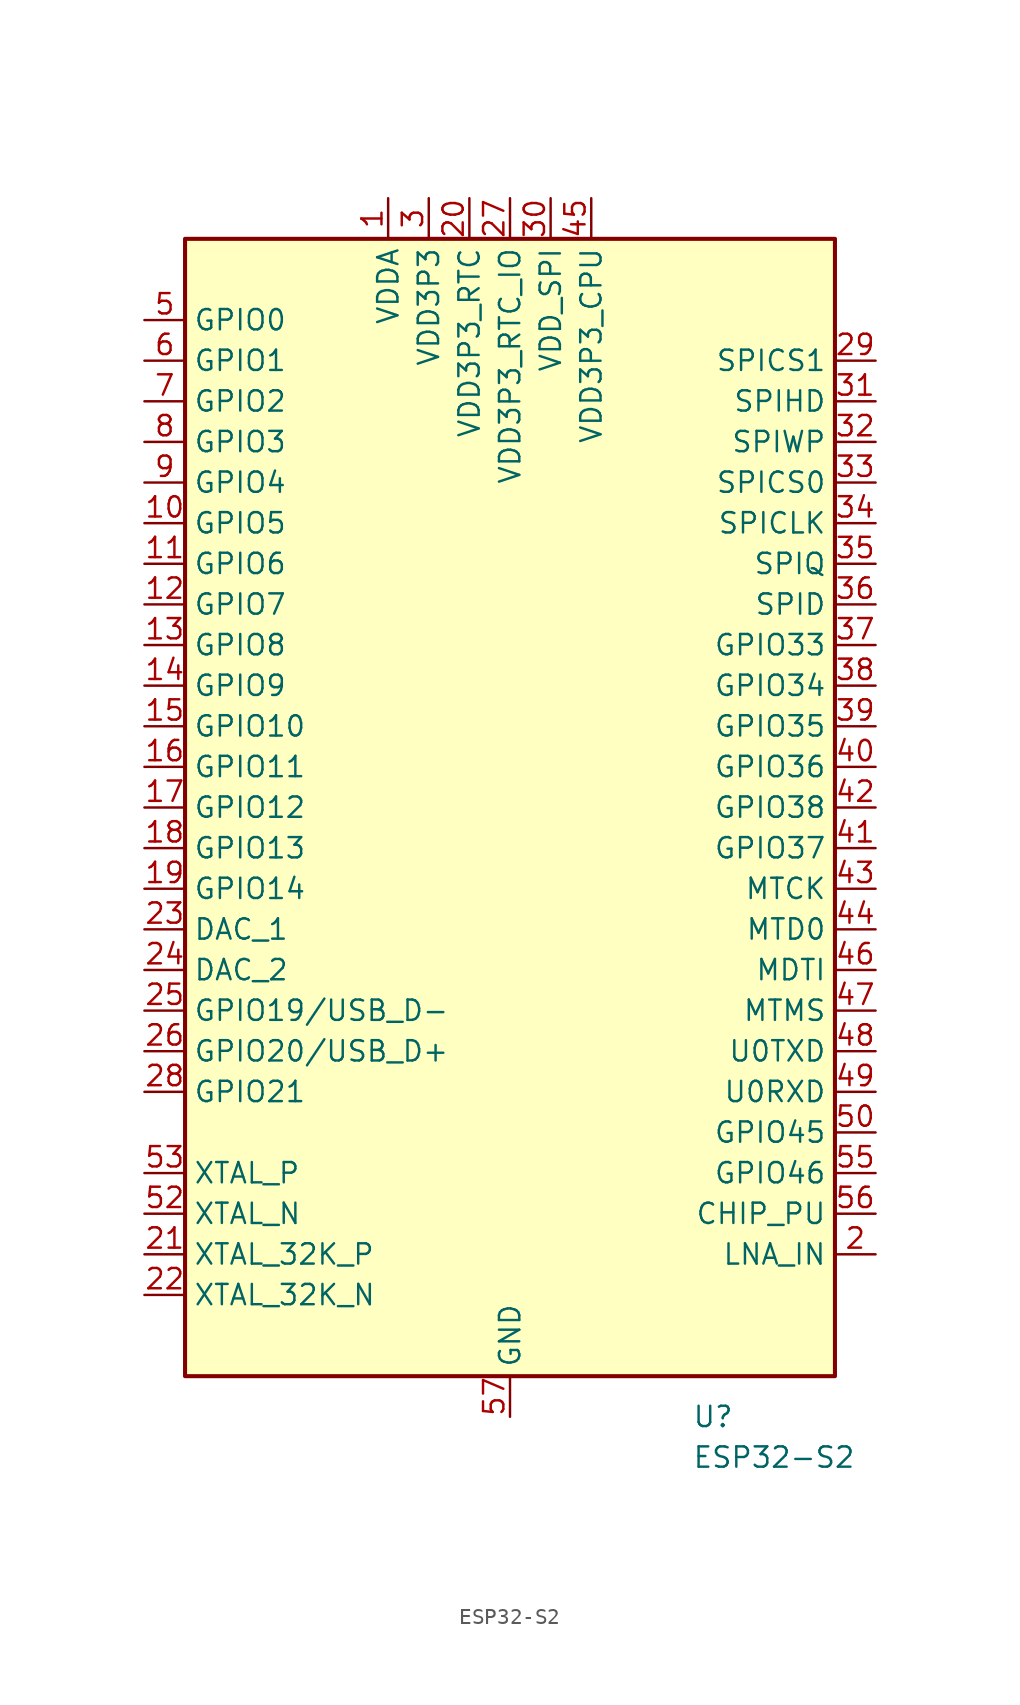
<source format=kicad_sym>
(kicad_symbol_lib
  (version 20231120)
  (generator "kicad_symbol_editor")
  (generator_version "8.0")
  (symbol "ESP32-S2"
    (property "Reference" "U"
      (at 12.7 -38.1 0)
      (effects (font (size 1.27 1.27))))
    (property "Value" "ESP32-S2"
      (at 16.51 -40.64 0)
      (effects (font (size 1.27 1.27))))
    (symbol "ESP32-S2_0_1"
      (rectangle (start -20.32 35.56) (end 20.32 -35.56) (stroke (width 0.254) (type default)) (fill (type background))))
    (symbol "ESP32-S2_1_1"
      (pin power_in line (at -7.62 38.1 270) (length 2.54) (name "VDDA" (effects (font (size 1.27 1.27)))) (number "1" (effects (font (size 1.27 1.27)))))
      (pin bidirectional line (at -22.86 17.78 0) (length 2.54) (name "GPIO5" (effects (font (size 1.27 1.27)))) (number "10" (effects (font (size 1.27 1.27)))))
      (pin bidirectional line (at -22.86 15.24 0) (length 2.54) (name "GPIO6" (effects (font (size 1.27 1.27)))) (number "11" (effects (font (size 1.27 1.27)))))
      (pin bidirectional line (at -22.86 12.7 0) (length 2.54) (name "GPIO7" (effects (font (size 1.27 1.27)))) (number "12" (effects (font (size 1.27 1.27)))))
      (pin bidirectional line (at -22.86 10.16 0) (length 2.54) (name "GPIO8" (effects (font (size 1.27 1.27)))) (number "13" (effects (font (size 1.27 1.27)))))
      (pin bidirectional line (at -22.86 7.62 0) (length 2.54) (name "GPIO9" (effects (font (size 1.27 1.27)))) (number "14" (effects (font (size 1.27 1.27)))))
      (pin bidirectional line (at -22.86 5.08 0) (length 2.54) (name "GPIO10" (effects (font (size 1.27 1.27)))) (number "15" (effects (font (size 1.27 1.27)))))
      (pin bidirectional line (at -22.86 2.54 0) (length 2.54) (name "GPIO11" (effects (font (size 1.27 1.27)))) (number "16" (effects (font (size 1.27 1.27)))))
      (pin bidirectional line (at -22.86 0 0) (length 2.54) (name "GPIO12" (effects (font (size 1.27 1.27)))) (number "17" (effects (font (size 1.27 1.27)))))
      (pin bidirectional line (at -22.86 -2.54 0) (length 2.54) (name "GPIO13" (effects (font (size 1.27 1.27)))) (number "18" (effects (font (size 1.27 1.27)))))
      (pin bidirectional line (at -22.86 -5.08 0) (length 2.54) (name "GPIO14" (effects (font (size 1.27 1.27)))) (number "19" (effects (font (size 1.27 1.27)))))
      (pin bidirectional line (at 22.86 -27.94 180) (length 2.54) (name "LNA_IN" (effects (font (size 1.27 1.27)))) (number "2" (effects (font (size 1.27 1.27)))))
      (pin power_in line (at -2.54 38.1 270) (length 2.54) (name "VDD3P3_RTC" (effects (font (size 1.27 1.27)))) (number "20" (effects (font (size 1.27 1.27)))))
      (pin passive line (at -22.86 -27.94 0) (length 2.54) (name "XTAL_32K_P" (effects (font (size 1.27 1.27)))) (number "21" (effects (font (size 1.27 1.27)))))
      (pin passive line (at -22.86 -30.48 0) (length 2.54) (name "XTAL_32K_N" (effects (font (size 1.27 1.27)))) (number "22" (effects (font (size 1.27 1.27)))))
      (pin bidirectional line (at -22.86 -7.62 0) (length 2.54) (name "DAC_1" (effects (font (size 1.27 1.27)))) (number "23" (effects (font (size 1.27 1.27)))))
      (pin bidirectional line (at -22.86 -10.16 0) (length 2.54) (name "DAC_2" (effects (font (size 1.27 1.27)))) (number "24" (effects (font (size 1.27 1.27)))))
      (pin bidirectional line (at -22.86 -12.7 0) (length 2.54) (name "GPIO19/USB_D-" (effects (font (size 1.27 1.27)))) (number "25" (effects (font (size 1.27 1.27)))))
      (pin bidirectional line (at -22.86 -15.24 0) (length 2.54) (name "GPIO20/USB_D+" (effects (font (size 1.27 1.27)))) (number "26" (effects (font (size 1.27 1.27)))))
      (pin power_in line (at 0 38.1 270) (length 2.54) (name "VDD3P3_RTC_IO" (effects (font (size 1.27 1.27)))) (number "27" (effects (font (size 1.27 1.27)))))
      (pin bidirectional line (at -22.86 -17.78 0) (length 2.54) (name "GPIO21" (effects (font (size 1.27 1.27)))) (number "28" (effects (font (size 1.27 1.27)))))
      (pin bidirectional line (at 22.86 27.94 180) (length 2.54) (name "SPICS1" (effects (font (size 1.27 1.27)))) (number "29" (effects (font (size 1.27 1.27)))))
      (pin power_in line (at -5.08 38.1 270) (length 2.54) (name "VDD3P3" (effects (font (size 1.27 1.27)))) (number "3" (effects (font (size 1.27 1.27)))))
      (pin power_out line (at 2.54 38.1 270) (length 2.54) (name "VDD_SPI" (effects (font (size 1.27 1.27)))) (number "30" (effects (font (size 1.27 1.27)))))
      (pin bidirectional line (at 22.86 25.4 180) (length 2.54) (name "SPIHD" (effects (font (size 1.27 1.27)))) (number "31" (effects (font (size 1.27 1.27)))))
      (pin bidirectional line (at 22.86 22.86 180) (length 2.54) (name "SPIWP" (effects (font (size 1.27 1.27)))) (number "32" (effects (font (size 1.27 1.27)))))
      (pin bidirectional line (at 22.86 20.32 180) (length 2.54) (name "SPICS0" (effects (font (size 1.27 1.27)))) (number "33" (effects (font (size 1.27 1.27)))))
      (pin bidirectional line (at 22.86 17.78 180) (length 2.54) (name "SPICLK" (effects (font (size 1.27 1.27)))) (number "34" (effects (font (size 1.27 1.27)))))
      (pin bidirectional line (at 22.86 15.24 180) (length 2.54) (name "SPIQ" (effects (font (size 1.27 1.27)))) (number "35" (effects (font (size 1.27 1.27)))))
      (pin bidirectional line (at 22.86 12.7 180) (length 2.54) (name "SPID" (effects (font (size 1.27 1.27)))) (number "36" (effects (font (size 1.27 1.27)))))
      (pin bidirectional line (at 22.86 10.16 180) (length 2.54) (name "GPIO33" (effects (font (size 1.27 1.27)))) (number "37" (effects (font (size 1.27 1.27)))))
      (pin bidirectional line (at 22.86 7.62 180) (length 2.54) (name "GPIO34" (effects (font (size 1.27 1.27)))) (number "38" (effects (font (size 1.27 1.27)))))
      (pin bidirectional line (at 22.86 5.08 180) (length 2.54) (name "GPIO35" (effects (font (size 1.27 1.27)))) (number "39" (effects (font (size 1.27 1.27)))))
      (pin passive line (at -5.08 38.1 270) (length 2.54) hide (name "VDD3P3" (effects (font (size 1.27 1.27)))) (number "4" (effects (font (size 1.27 1.27)))))
      (pin bidirectional line (at 22.86 2.54 180) (length 2.54) (name "GPIO36" (effects (font (size 1.27 1.27)))) (number "40" (effects (font (size 1.27 1.27)))))
      (pin bidirectional line (at 22.86 -2.54 180) (length 2.54) (name "GPIO37" (effects (font (size 1.27 1.27)))) (number "41" (effects (font (size 1.27 1.27)))))
      (pin bidirectional line (at 22.86 0 180) (length 2.54) (name "GPIO38" (effects (font (size 1.27 1.27)))) (number "42" (effects (font (size 1.27 1.27)))))
      (pin bidirectional line (at 22.86 -5.08 180) (length 2.54) (name "MTCK" (effects (font (size 1.27 1.27)))) (number "43" (effects (font (size 1.27 1.27)))))
      (pin bidirectional line (at 22.86 -7.62 180) (length 2.54) (name "MTD0" (effects (font (size 1.27 1.27)))) (number "44" (effects (font (size 1.27 1.27)))))
      (pin power_in line (at 5.08 38.1 270) (length 2.54) (name "VDD3P3_CPU" (effects (font (size 1.27 1.27)))) (number "45" (effects (font (size 1.27 1.27)))))
      (pin bidirectional line (at 22.86 -10.16 180) (length 2.54) (name "MDTI" (effects (font (size 1.27 1.27)))) (number "46" (effects (font (size 1.27 1.27)))))
      (pin bidirectional line (at 22.86 -12.7 180) (length 2.54) (name "MTMS" (effects (font (size 1.27 1.27)))) (number "47" (effects (font (size 1.27 1.27)))))
      (pin bidirectional line (at 22.86 -15.24 180) (length 2.54) (name "U0TXD" (effects (font (size 1.27 1.27)))) (number "48" (effects (font (size 1.27 1.27)))))
      (pin bidirectional line (at 22.86 -17.78 180) (length 2.54) (name "U0RXD" (effects (font (size 1.27 1.27)))) (number "49" (effects (font (size 1.27 1.27)))))
      (pin bidirectional line (at -22.86 30.48 0) (length 2.54) (name "GPIO0" (effects (font (size 1.27 1.27)))) (number "5" (effects (font (size 1.27 1.27)))))
      (pin bidirectional line (at 22.86 -20.32 180) (length 2.54) (name "GPIO45" (effects (font (size 1.27 1.27)))) (number "50" (effects (font (size 1.27 1.27)))))
      (pin passive line (at -7.62 38.1 270) (length 2.54) hide (name "VDDA" (effects (font (size 1.27 1.27)))) (number "51" (effects (font (size 1.27 1.27)))))
      (pin output line (at -22.86 -25.4 0) (length 2.54) (name "XTAL_N" (effects (font (size 1.27 1.27)))) (number "52" (effects (font (size 1.27 1.27)))))
      (pin input line (at -22.86 -22.86 0) (length 2.54) (name "XTAL_P" (effects (font (size 1.27 1.27)))) (number "53" (effects (font (size 1.27 1.27)))))
      (pin passive line (at -7.62 38.1 270) (length 2.54) hide (name "VDDA" (effects (font (size 1.27 1.27)))) (number "54" (effects (font (size 1.27 1.27)))))
      (pin input line (at 22.86 -22.86 180) (length 2.54) (name "GPIO46" (effects (font (size 1.27 1.27)))) (number "55" (effects (font (size 1.27 1.27)))))
      (pin input line (at 22.86 -25.4 180) (length 2.54) (name "CHIP_PU" (effects (font (size 1.27 1.27)))) (number "56" (effects (font (size 1.27 1.27)))))
      (pin power_in line (at 0 -38.1 90) (length 2.54) (name "GND" (effects (font (size 1.27 1.27)))) (number "57" (effects (font (size 1.27 1.27)))))
      (pin bidirectional line (at -22.86 27.94 0) (length 2.54) (name "GPIO1" (effects (font (size 1.27 1.27)))) (number "6" (effects (font (size 1.27 1.27)))))
      (pin bidirectional line (at -22.86 25.4 0) (length 2.54) (name "GPIO2" (effects (font (size 1.27 1.27)))) (number "7" (effects (font (size 1.27 1.27)))))
      (pin bidirectional line (at -22.86 22.86 0) (length 2.54) (name "GPIO3" (effects (font (size 1.27 1.27)))) (number "8" (effects (font (size 1.27 1.27)))))
      (pin bidirectional line (at -22.86 20.32 0) (length 2.54) (name "GPIO4" (effects (font (size 1.27 1.27)))) (number "9" (effects (font (size 1.27 1.27))))))))
</source>
